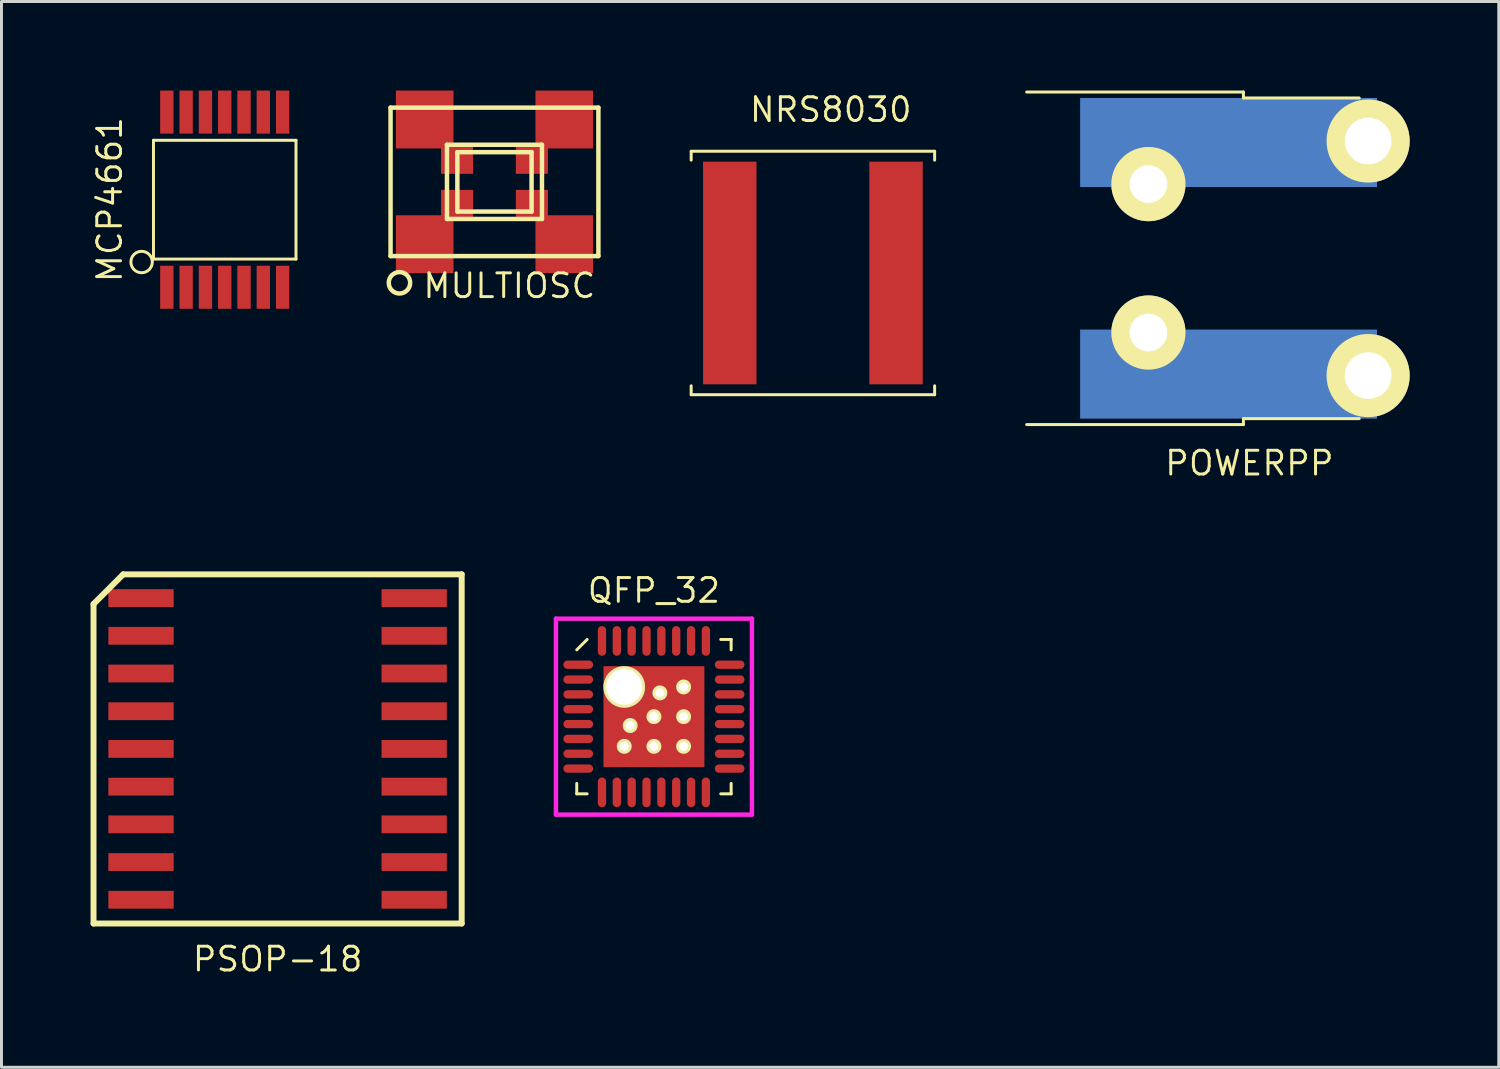
<source format=kicad_pcb>
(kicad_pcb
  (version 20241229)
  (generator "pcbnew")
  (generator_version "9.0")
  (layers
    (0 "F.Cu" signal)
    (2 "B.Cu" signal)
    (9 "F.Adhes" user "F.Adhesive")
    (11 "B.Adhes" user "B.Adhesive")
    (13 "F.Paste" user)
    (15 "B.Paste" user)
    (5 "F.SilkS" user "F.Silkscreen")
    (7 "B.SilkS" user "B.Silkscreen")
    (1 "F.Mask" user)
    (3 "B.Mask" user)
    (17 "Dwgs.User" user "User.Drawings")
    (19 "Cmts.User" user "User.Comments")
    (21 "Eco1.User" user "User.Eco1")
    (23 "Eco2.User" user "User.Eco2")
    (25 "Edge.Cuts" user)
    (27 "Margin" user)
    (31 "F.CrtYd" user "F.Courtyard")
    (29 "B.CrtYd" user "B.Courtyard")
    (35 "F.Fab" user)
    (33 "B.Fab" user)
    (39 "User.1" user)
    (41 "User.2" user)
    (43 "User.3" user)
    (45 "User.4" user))
  (footprint "PSOP-18"
    (layer "F.Cu")
    (at 6.3 22.174)
    (property "Reference" "PSOP-18" (at 0 7.08 0) (layer "F.SilkS") (effects (font (size 0.8 0.8) (thickness 0.1))))
    (attr through_hole)
    (fp_line (start -6.2 -4.88) (end -6.2 5.88) (stroke (width 0.2) (type solid)) (layer "F.SilkS"))
    (fp_line (start -6.2 5.88) (end 6.2 5.88) (stroke (width 0.2) (type solid)) (layer "F.SilkS"))
    (fp_line (start -5.2 -5.88) (end -6.2 -4.88) (stroke (width 0.2) (type solid)) (layer "F.SilkS"))
    (fp_line (start 6.2 -5.88) (end -5.2 -5.88) (stroke (width 0.2) (type solid)) (layer "F.SilkS"))
    (fp_line (start 6.2 5.88) (end 6.2 -5.88) (stroke (width 0.2) (type solid)) (layer "F.SilkS"))
    (pad "1" smd rect (at -4.6 -5.08) (size 2.2 0.6) (layers "F.Cu" "F.Mask" "F.Paste"))
    (pad "2" smd rect (at -4.6 -3.81) (size 2.2 0.6) (layers "F.Cu" "F.Mask" "F.Paste"))
    (pad "3" smd rect (at -4.6 -2.54) (size 2.2 0.6) (layers "F.Cu" "F.Mask" "F.Paste"))
    (pad "4" smd rect (at -4.6 -1.27) (size 2.2 0.6) (layers "F.Cu" "F.Mask" "F.Paste"))
    (pad "5" smd rect (at -4.6 0) (size 2.2 0.6) (layers "F.Cu" "F.Mask" "F.Paste"))
    (pad "6" smd rect (at -4.6 1.27) (size 2.2 0.6) (layers "F.Cu" "F.Mask" "F.Paste"))
    (pad "7" smd rect (at -4.6 2.54) (size 2.2 0.6) (layers "F.Cu" "F.Mask" "F.Paste"))
    (pad "8" smd rect (at -4.6 3.81) (size 2.2 0.6) (layers "F.Cu" "F.Mask" "F.Paste"))
    (pad "9" smd rect (at -4.6 5.08) (size 2.2 0.6) (layers "F.Cu" "F.Mask" "F.Paste"))
    (pad "10" smd rect (at 4.6 5.08) (size 2.2 0.6) (layers "F.Cu" "F.Mask" "F.Paste"))
    (pad "11" smd rect (at 4.6 3.81) (size 2.2 0.6) (layers "F.Cu" "F.Mask" "F.Paste"))
    (pad "12" smd rect (at 4.6 2.54) (size 2.2 0.6) (layers "F.Cu" "F.Mask" "F.Paste"))
    (pad "13" smd rect (at 4.6 1.27) (size 2.2 0.6) (layers "F.Cu" "F.Mask" "F.Paste"))
    (pad "14" smd rect (at 4.6 0) (size 2.2 0.6) (layers "F.Cu" "F.Mask" "F.Paste"))
    (pad "15" smd rect (at 4.6 -1.27) (size 2.2 0.6) (layers "F.Cu" "F.Mask" "F.Paste"))
    (pad "16" smd rect (at 4.6 -2.54) (size 2.2 0.6) (layers "F.Cu" "F.Mask" "F.Paste"))
    (pad "17" smd rect (at 4.6 -3.81) (size 2.2 0.6) (layers "F.Cu" "F.Mask" "F.Paste"))
    (pad "18" smd rect (at 4.6 -5.08) (size 2.2 0.6) (layers "F.Cu" "F.Mask" "F.Paste")))
  (footprint "MULTIOSC"
    (layer "F.Cu")
    (at 13.604 3.075)
    (property "Reference" "MULTIOSC" (at 0.5 3.5 0) (layer "F.SilkS") (effects (font (size 0.8 0.8) (thickness 0.1))))
    (attr through_hole)
    (fp_line (start -3.5 -2.5) (end 3.5 -2.5) (stroke (width 0.15) (type solid)) (layer "F.SilkS"))
    (fp_line (start -3.5 2.5) (end -3.5 -2.5) (stroke (width 0.15) (type solid)) (layer "F.SilkS"))
    (fp_line (start -1.6 -1.25) (end 1.6 -1.25) (stroke (width 0.15) (type solid)) (layer "F.SilkS"))
    (fp_line (start -1.6 1.25) (end -1.6 -1.25) (stroke (width 0.15) (type solid)) (layer "F.SilkS"))
    (fp_line (start -1.25 -1) (end 1.25 -1) (stroke (width 0.15) (type solid)) (layer "F.SilkS"))
    (fp_line (start -1.25 1) (end -1.25 -1) (stroke (width 0.15) (type solid)) (layer "F.SilkS"))
    (fp_line (start 1.25 -1) (end 1.25 1) (stroke (width 0.15) (type solid)) (layer "F.SilkS"))
    (fp_line (start 1.25 1) (end -1.25 1) (stroke (width 0.15) (type solid)) (layer "F.SilkS"))
    (fp_line (start 1.6 -1.25) (end 1.6 1.25) (stroke (width 0.15) (type solid)) (layer "F.SilkS"))
    (fp_line (start 1.6 1.25) (end -1.6 1.25) (stroke (width 0.15) (type solid)) (layer "F.SilkS"))
    (fp_line (start 3.5 -2.5) (end 3.5 2.5) (stroke (width 0.15) (type solid)) (layer "F.SilkS"))
    (fp_line (start 3.5 2.5) (end -3.5 2.5) (stroke (width 0.15) (type solid)) (layer "F.SilkS"))
    (fp_circle (center -3.2 3.4) (end -3.5 3.2) (stroke (width 0.15) (type solid)) (fill no) (layer "F.SilkS"))
    (pad "1" smd rect (at -2.35 2.1) (size 1.94 1.95) (layers "F.Cu" "F.Mask" "F.Paste"))
    (pad "1" smd rect (at -1.26 0.79) (size 1.08 1.04) (layers "F.Cu" "F.Mask" "F.Paste"))
    (pad "2" smd rect (at 1.26 0.79) (size 1.08 1.04) (layers "F.Cu" "F.Mask" "F.Paste"))
    (pad "2" smd rect (at 2.35 2.1) (size 1.94 1.95) (layers "F.Cu" "F.Mask" "F.Paste"))
    (pad "3" smd rect (at 1.26 -0.79) (size 1.08 1.04) (layers "F.Cu" "F.Mask" "F.Paste"))
    (pad "3" smd rect (at 2.35 -2.1) (size 1.94 1.95) (layers "F.Cu" "F.Mask" "F.Paste"))
    (pad "4" smd rect (at -2.35 -2.1) (size 1.94 1.95) (layers "F.Cu" "F.Mask" "F.Paste"))
    (pad "4" smd rect (at -1.26 -0.79) (size 1.08 1.04) (layers "F.Cu" "F.Mask" "F.Paste")))
  (footprint "QFP_32"
    (layer "F.Cu")
    (at 18.975 21.087)
    (property "Reference" "QFP_32" (at 0 -4.25 0) (layer "F.SilkS") (effects (font (size 0.8 0.8) (thickness 0.1))))
    (attr through_hole)
    (fp_line (start -2.6 -2.25) (end -2.25 -2.6) (stroke (width 0.1) (type solid)) (layer "F.SilkS"))
    (fp_line (start -2.6 2.6) (end -2.6 2.25) (stroke (width 0.1) (type solid)) (layer "F.SilkS"))
    (fp_line (start -2.25 2.6) (end -2.6 2.6) (stroke (width 0.1) (type solid)) (layer "F.SilkS"))
    (fp_line (start 2.25 -2.6) (end 2.6 -2.6) (stroke (width 0.1) (type solid)) (layer "F.SilkS"))
    (fp_line (start 2.25 2.6) (end 2.6 2.6) (stroke (width 0.1) (type solid)) (layer "F.SilkS"))
    (fp_line (start 2.6 -2.6) (end 2.6 -2.25) (stroke (width 0.1) (type solid)) (layer "F.SilkS"))
    (fp_line (start 2.6 2.6) (end 2.6 2.25) (stroke (width 0.1) (type solid)) (layer "F.SilkS"))
    (fp_line (start -3.3 -3.3) (end 3.3 -3.3) (stroke (width 0.15) (type solid)) (layer "F.CrtYd"))
    (fp_line (start -3.3 3.3) (end -3.3 -3.3) (stroke (width 0.15) (type solid)) (layer "F.CrtYd"))
    (fp_line (start 3.3 -3.3) (end 3.3 3.3) (stroke (width 0.15) (type solid)) (layer "F.CrtYd"))
    (fp_line (start 3.3 3.3) (end -3.3 3.3) (stroke (width 0.15) (type solid)) (layer "F.CrtYd"))
    (pad "1" smd oval (at -2.55 -1.75 90) (size 0.28 1) (layers "F.Cu" "F.Mask" "F.Paste"))
    (pad "2" smd oval (at -2.55 -1.25 90) (size 0.28 1) (layers "F.Cu" "F.Mask" "F.Paste"))
    (pad "3" smd oval (at -2.55 -0.75 90) (size 0.28 1) (layers "F.Cu" "F.Mask" "F.Paste"))
    (pad "4" smd oval (at -2.55 -0.25 90) (size 0.28 1) (layers "F.Cu" "F.Mask" "F.Paste"))
    (pad "5" smd oval (at -2.55 0.25 90) (size 0.28 1) (layers "F.Cu" "F.Mask" "F.Paste"))
    (pad "6" smd oval (at -2.55 0.75 90) (size 0.28 1) (layers "F.Cu" "F.Mask" "F.Paste"))
    (pad "7" smd oval (at -2.55 1.25 90) (size 0.28 1) (layers "F.Cu" "F.Mask" "F.Paste"))
    (pad "8" smd oval (at -2.55 1.75 90) (size 0.28 1) (layers "F.Cu" "F.Mask" "F.Paste"))
    (pad "9" smd oval (at -1.75 2.55) (size 0.28 1) (layers "F.Cu" "F.Mask" "F.Paste"))
    (pad "10" smd oval (at -1.25 2.55) (size 0.28 1) (layers "F.Cu" "F.Mask" "F.Paste"))
    (pad "11" smd oval (at -0.75 2.55) (size 0.28 1) (layers "F.Cu" "F.Mask" "F.Paste"))
    (pad "12" smd oval (at -0.25 2.55) (size 0.28 1) (layers "F.Cu" "F.Mask" "F.Paste"))
    (pad "13" smd oval (at 0.25 2.55) (size 0.28 1) (layers "F.Cu" "F.Mask" "F.Paste"))
    (pad "14" smd oval (at 0.75 2.55) (size 0.28 1) (layers "F.Cu" "F.Mask" "F.Paste"))
    (pad "15" smd oval (at 1.25 2.55) (size 0.28 1) (layers "F.Cu" "F.Mask" "F.Paste"))
    (pad "16" smd oval (at 1.75 2.55) (size 0.28 1) (layers "F.Cu" "F.Mask" "F.Paste"))
    (pad "17" smd oval (at 2.55 1.75 90) (size 0.28 1) (layers "F.Cu" "F.Mask" "F.Paste"))
    (pad "18" smd oval (at 2.55 1.25 90) (size 0.28 1) (layers "F.Cu" "F.Mask" "F.Paste"))
    (pad "19" smd oval (at 2.55 0.75 90) (size 0.28 1) (layers "F.Cu" "F.Mask" "F.Paste"))
    (pad "20" smd oval (at 2.55 0.25 90) (size 0.28 1) (layers "F.Cu" "F.Mask" "F.Paste"))
    (pad "21" smd oval (at 2.55 -0.25 90) (size 0.28 1) (layers "F.Cu" "F.Mask" "F.Paste"))
    (pad "22" smd oval (at 2.55 -0.75 90) (size 0.28 1) (layers "F.Cu" "F.Mask" "F.Paste"))
    (pad "23" smd oval (at 2.55 -1.25 90) (size 0.28 1) (layers "F.Cu" "F.Mask" "F.Paste"))
    (pad "24" smd oval (at 2.55 -1.75 90) (size 0.28 1) (layers "F.Cu" "F.Mask" "F.Paste"))
    (pad "25" smd oval (at 1.75 -2.55) (size 0.28 1) (layers "F.Cu" "F.Mask" "F.Paste"))
    (pad "26" smd oval (at 1.25 -2.55) (size 0.28 1) (layers "F.Cu" "F.Mask" "F.Paste"))
    (pad "27" smd oval (at 0.75 -2.55) (size 0.28 1) (layers "F.Cu" "F.Mask" "F.Paste"))
    (pad "28" smd oval (at 0.25 -2.55) (size 0.28 1) (layers "F.Cu" "F.Mask" "F.Paste"))
    (pad "29" smd oval (at -0.25 -2.55) (size 0.28 1) (layers "F.Cu" "F.Mask" "F.Paste"))
    (pad "30" smd oval (at -0.75 -2.55) (size 0.28 1) (layers "F.Cu" "F.Mask" "F.Paste"))
    (pad "31" smd oval (at -1.25 -2.55) (size 0.28 1) (layers "F.Cu" "F.Mask" "F.Paste"))
    (pad "32" smd oval (at -1.75 -2.55) (size 0.28 1) (layers "F.Cu" "F.Mask" "F.Paste"))
    (pad "33" thru_hole circle (at -1 -1) (size 1.4 1.4) (drill 1.2) (layers "*.Cu" "*.Mask" "F.SilkS"))
    (pad "33" thru_hole circle (at -1 1) (size 0.5 0.5) (drill 0.3) (layers "*.Cu" "*.Mask" "F.SilkS"))
    (pad "33" thru_hole circle (at -0.8 0.3) (size 0.5 0.5) (drill 0.3) (layers "*.Cu" "*.Mask" "F.SilkS"))
    (pad "33" thru_hole circle (at 0 0) (size 0.5 0.5) (drill 0.3) (layers "*.Cu" "*.Mask" "F.SilkS"))
    (pad "33" smd rect (at 0 0) (size 3.4 3.4) (layers "F.Cu" "F.Mask" "F.Paste"))
    (pad "33" thru_hole circle (at 0 1) (size 0.5 0.5) (drill 0.3) (layers "*.Cu" "*.Mask" "F.SilkS"))
    (pad "33" thru_hole circle (at 0.2 -0.8) (size 0.5 0.5) (drill 0.3) (layers "*.Cu" "*.Mask" "F.SilkS"))
    (pad "33" thru_hole circle (at 1 -1) (size 0.5 0.5) (drill 0.3) (layers "*.Cu" "*.Mask" "F.SilkS"))
    (pad "33" thru_hole circle (at 1 0) (size 0.5 0.5) (drill 0.3) (layers "*.Cu" "*.Mask" "F.SilkS"))
    (pad "33" thru_hole circle (at 1 1) (size 0.5 0.5) (drill 0.3) (layers "*.Cu" "*.Mask" "F.SilkS")))
  (footprint "MCP4661"
    (layer "F.Cu")
    (at 4.519 3.675)
    (property "Reference" "MCP4661" (at -3.875 0 90) (layer "F.SilkS") (effects (font (size 0.8 0.8) (thickness 0.1))))
    (attr through_hole)
    (fp_line (start -2.4 -2) (end -2.4 2) (stroke (width 0.1) (type solid)) (layer "F.SilkS"))
    (fp_line (start -2.4 2) (end 2.4 2) (stroke (width 0.1) (type solid)) (layer "F.SilkS"))
    (fp_line (start 2.4 -2) (end -2.4 -2) (stroke (width 0.1) (type solid)) (layer "F.SilkS"))
    (fp_line (start 2.4 2) (end 2.4 -2) (stroke (width 0.1) (type solid)) (layer "F.SilkS"))
    (fp_circle (center -2.8 2.1) (end -3 1.8) (stroke (width 0.1) (type solid)) (fill no) (layer "F.SilkS"))
    (pad "1" smd rect (at -1.95 2.95) (size 0.45 1.45) (layers "F.Cu" "F.Mask" "F.Paste"))
    (pad "2" smd rect (at -1.3 2.95) (size 0.45 1.45) (layers "F.Cu" "F.Mask" "F.Paste"))
    (pad "3" smd rect (at -0.65 2.95) (size 0.45 1.45) (layers "F.Cu" "F.Mask" "F.Paste"))
    (pad "4" smd rect (at 0 2.95) (size 0.45 1.45) (layers "F.Cu" "F.Mask" "F.Paste"))
    (pad "5" smd rect (at 0.65 2.95) (size 0.45 1.45) (layers "F.Cu" "F.Mask" "F.Paste"))
    (pad "6" smd rect (at 1.3 2.95) (size 0.45 1.45) (layers "F.Cu" "F.Mask" "F.Paste"))
    (pad "7" smd rect (at 1.95 2.95) (size 0.45 1.45) (layers "F.Cu" "F.Mask" "F.Paste"))
    (pad "8" smd rect (at 1.95 -2.95) (size 0.45 1.45) (layers "F.Cu" "F.Mask" "F.Paste"))
    (pad "9" smd rect (at 1.3 -2.95) (size 0.45 1.45) (layers "F.Cu" "F.Mask" "F.Paste"))
    (pad "10" smd rect (at 0.65 -2.95) (size 0.45 1.45) (layers "F.Cu" "F.Mask" "F.Paste"))
    (pad "11" smd rect (at 0 -2.95) (size 0.45 1.45) (layers "F.Cu" "F.Mask" "F.Paste"))
    (pad "12" smd rect (at -0.65 -2.95) (size 0.45 1.45) (layers "F.Cu" "F.Mask" "F.Paste"))
    (pad "13" smd rect (at -1.3 -2.95) (size 0.45 1.45) (layers "F.Cu" "F.Mask" "F.Paste"))
    (pad "14" smd rect (at -1.95 -2.95) (size 0.45 1.45) (layers "F.Cu" "F.Mask" "F.Paste")))
  (footprint "NRS8030"
    (layer "F.Cu")
    (at 24.329 6.144)
    (property "Reference" "NRS8030" (at 0.6 -5.5 0) (layer "F.SilkS") (effects (font (size 0.8 0.8) (thickness 0.1))))
    (attr through_hole)
    (fp_line (start -4.1 -4.1) (end 4.1 -4.1) (stroke (width 0.1) (type solid)) (layer "F.SilkS"))
    (fp_line (start -4.1 -3.8) (end -4.1 -4.1) (stroke (width 0.1) (type solid)) (layer "F.SilkS"))
    (fp_line (start -4.1 3.8) (end -4.1 4.1) (stroke (width 0.1) (type solid)) (layer "F.SilkS"))
    (fp_line (start -4.1 4.1) (end 4.1 4.1) (stroke (width 0.1) (type solid)) (layer "F.SilkS"))
    (fp_line (start 4.1 -4.1) (end 4.1 -3.8) (stroke (width 0.1) (type solid)) (layer "F.SilkS"))
    (fp_line (start 4.1 4.1) (end 4.1 3.8) (stroke (width 0.1) (type solid)) (layer "F.SilkS"))
    (pad "1" smd rect (at -2.8 0) (size 1.8 7.5) (layers "F.Cu" "F.Mask" "F.Paste"))
    (pad "2" smd rect (at 2.8 0) (size 1.8 7.5) (layers "F.Cu" "F.Mask" "F.Paste")))
  (footprint "POWERPP"
    (layer "F.Cu")
    (at 39.029 5.65)
    (property "Reference" "POWERPP" (at 0 6.9 0) (layer "F.SilkS") (effects (font (size 0.8 0.8) (thickness 0.1))))
    (attr through_hole)
    (fp_line (start -0.2 -5.6) (end -7.5 -5.6) (stroke (width 0.1) (type solid)) (layer "F.SilkS"))
    (fp_line (start -0.2 -5.6) (end -0.2 -5.4) (stroke (width 0.1) (type solid)) (layer "F.SilkS"))
    (fp_line (start -0.2 -5.4) (end 3.7 -5.4) (stroke (width 0.1) (type solid)) (layer "F.SilkS"))
    (fp_line (start -0.2 5.4) (end 3.7 5.4) (stroke (width 0.1) (type solid)) (layer "F.SilkS"))
    (fp_line (start -0.2 5.6) (end -7.5 5.6) (stroke (width 0.1) (type solid)) (layer "F.SilkS"))
    (fp_line (start -0.2 5.6) (end -0.2 5.4) (stroke (width 0.1) (type solid)) (layer "F.SilkS"))
    (pad "1" thru_hole circle (at -3.4 -2.5) (size 2.5 2.5) (drill 1.27) (layers "*.Cu" "*.Mask" "F.SilkS"))
    (pad "1" smd rect (at -0.7 -3.9) (size 10 3) (layers "B.Cu" "B.Mask" "B.Paste"))
    (pad "1" thru_hole circle (at 4 -3.95) (size 2.8 2.8) (drill 1.57) (layers "*.Cu" "*.Mask" "F.SilkS"))
    (pad "2" thru_hole circle (at -3.4 2.5) (size 2.5 2.5) (drill 1.27) (layers "*.Cu" "*.Mask" "F.SilkS"))
    (pad "2" smd rect (at -0.7 3.9) (size 10 3) (layers "B.Cu" "B.Mask" "B.Paste"))
    (pad "2" thru_hole circle (at 4 3.95) (size 2.8 2.8) (drill 1.57) (layers "*.Cu" "*.Mask" "F.SilkS")))
  (gr_rect
    (start -3 -3)
    (end 47.429 32.897)
    (stroke (width 0.1) (type default))
    (fill no)
    (layer "Edge.Cuts")))
</source>
